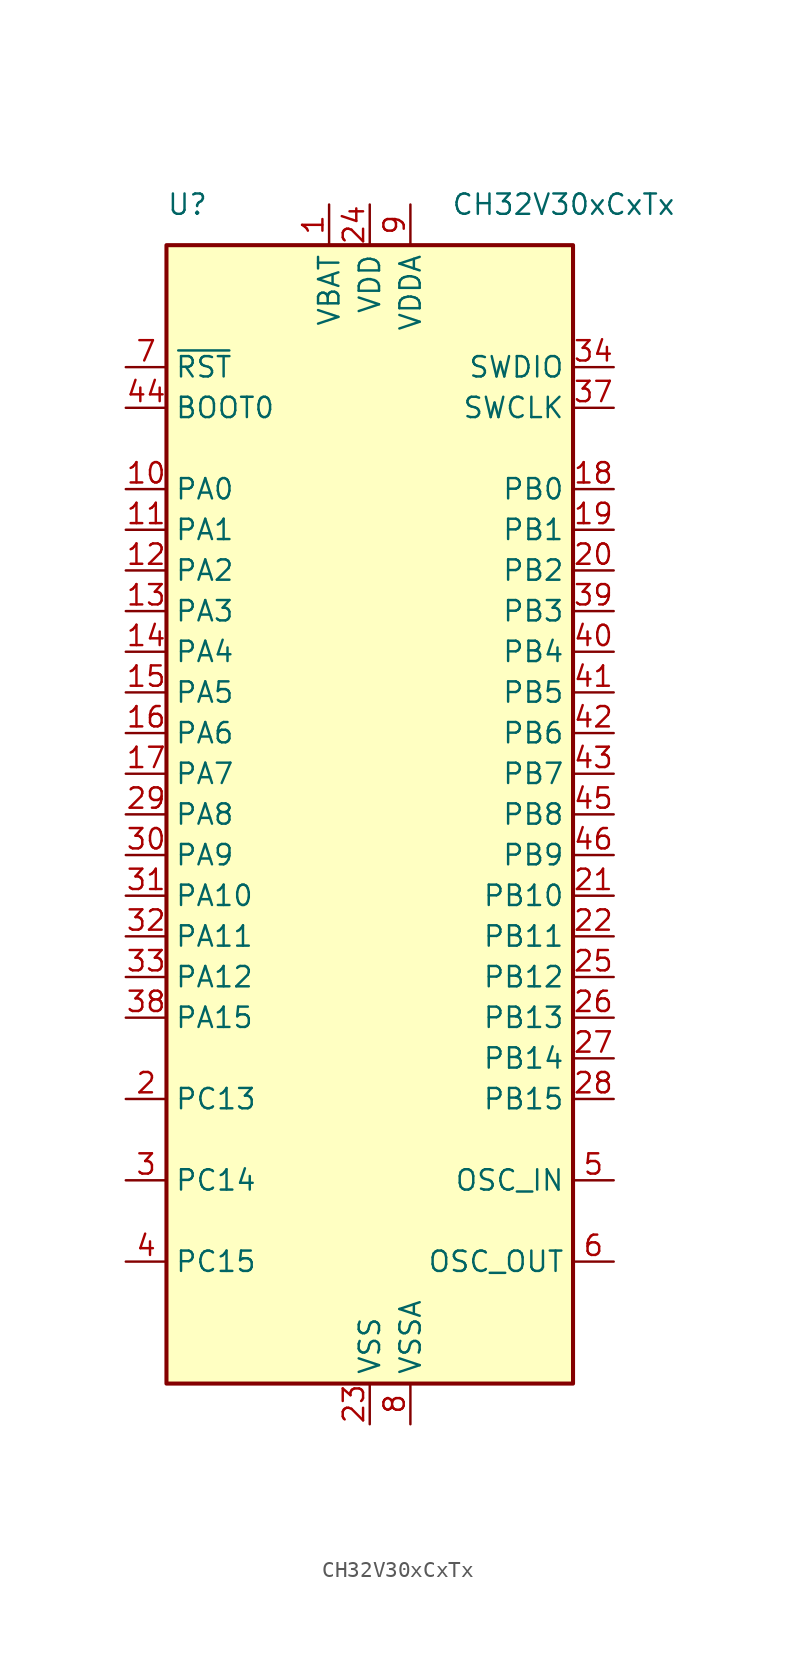
<source format=kicad_sym>
(kicad_symbol_lib
  (version 20231120)
  (generator "kicad_symbol_editor")
  (generator_version "8.0")
  (symbol "CH32V30xCxTx"
    (property "Reference" "U"
      (at -12.7 38.1 0)
      (effects (font (size 1.27 1.27)) (justify left)))
    (property "Value" "CH32V30xCxTx"
      (at 5.08 38.1 0)
      (effects (font (size 1.27 1.27)) (justify left)))
    (symbol "CH32V30xCxTx_0_0"
      (pin power_in line (at -2.54 38.1 270) (length 2.54) (name "VBAT" (effects (font (size 1.27 1.27)))) (number "1" (effects (font (size 1.27 1.27)))))
      (pin power_in line (at 0 -38.1 90) (length 2.54) (name "VSS" (effects (font (size 1.27 1.27)))) (number "23" (effects (font (size 1.27 1.27)))))
      (pin power_in line (at 0 38.1 270) (length 2.54) (name "VDD" (effects (font (size 1.27 1.27)))) (number "24" (effects (font (size 1.27 1.27)))))
      (pin input line (at -15.24 25.4 0) (length 2.54) (name "BOOT0" (effects (font (size 1.27 1.27)))) (number "44" (effects (font (size 1.27 1.27)))))
      (pin power_in line (at 2.54 -38.1 90) (length 2.54) (name "VSSA" (effects (font (size 1.27 1.27)))) (number "8" (effects (font (size 1.27 1.27)))))
      (pin power_in line (at 2.54 38.1 270) (length 2.54) (name "VDDA" (effects (font (size 1.27 1.27)))) (number "9" (effects (font (size 1.27 1.27))))))
    (symbol "CH32V30xCxTx_1_0"
      (pin bidirectional line (at -15.24 20.32 0) (length 2.54) (name "PA0" (effects (font (size 1.27 1.27)))) (number "10" (effects (font (size 1.27 1.27)))) (alternate "ADC_IN0" bidirectional line) (alternate "OPA4_OUT0" bidirectional line) (alternate "TIM2_CH1_ETR" bidirectional line) (alternate "TIM2_CH1_ETR_2" bidirectional line) (alternate "TIM5_CH1" bidirectional line) (alternate "TIM8_ETR" bidirectional line) (alternate "TIM8_ETR_1" bidirectional line) (alternate "WKUP" bidirectional line))
      (pin bidirectional line (at -15.24 17.78 0) (length 2.54) (name "PA1" (effects (font (size 1.27 1.27)))) (number "11" (effects (font (size 1.27 1.27)))) (alternate "ADC_IN1" bidirectional line) (alternate "OPA3_OUT0" bidirectional line) (alternate "TIM2_CH2" bidirectional line) (alternate "TIM2_CH2_2" bidirectional line) (alternate "TIM5_CH2" bidirectional line) (alternate "TIM9_BKIN_1" bidirectional line) (alternate "USART2_RTS" bidirectional line))
      (pin bidirectional line (at -15.24 15.24 0) (length 2.54) (name "PA2" (effects (font (size 1.27 1.27)))) (number "12" (effects (font (size 1.27 1.27)))) (alternate "ADC_IN2" bidirectional line) (alternate "OPA2_OUT0" bidirectional line) (alternate "TIM2_CH3" bidirectional line) (alternate "TIM2_CH3_1" bidirectional line) (alternate "TIM5_CH3" bidirectional line) (alternate "TIM9_CH1" bidirectional line) (alternate "TIM9_CH1_ETR_1" bidirectional line) (alternate "TIM9_ETR" bidirectional line) (alternate "USART2_TX" bidirectional line))
      (pin bidirectional line (at -15.24 12.7 0) (length 2.54) (name "PA3" (effects (font (size 1.27 1.27)))) (number "13" (effects (font (size 1.27 1.27)))) (alternate "ADC_IN3" bidirectional line) (alternate "OPA1_OUT0" bidirectional line) (alternate "TIM2_CH4" bidirectional line) (alternate "TIM2_CH4_1" bidirectional line) (alternate "TIM5_CH4" bidirectional line) (alternate "TIM9_CH2" bidirectional line) (alternate "TIM9_CH2_1" bidirectional line) (alternate "USART2_RX" bidirectional line))
      (pin bidirectional line (at -15.24 10.16 0) (length 2.54) (name "PA4" (effects (font (size 1.27 1.27)))) (number "14" (effects (font (size 1.27 1.27)))) (alternate "ADC_IN4" bidirectional line) (alternate "DAC_OUT1" bidirectional line) (alternate "I2S3_WS" bidirectional line) (alternate "SPI1_NSS" bidirectional line) (alternate "SPI3_NSS" bidirectional line) (alternate "TIM9_CH3" bidirectional line) (alternate "TIM9_CH3_1" bidirectional line) (alternate "USART2_CK" bidirectional line))
      (pin bidirectional line (at -15.24 7.62 0) (length 2.54) (name "PA5" (effects (font (size 1.27 1.27)))) (number "15" (effects (font (size 1.27 1.27)))) (alternate "ADC_IN5" bidirectional line) (alternate "DAC_OUT2" bidirectional line) (alternate "OPA2_CH1N" bidirectional line) (alternate "SPI1_SCK" bidirectional line) (alternate "TIM10_CH1N_1" bidirectional line) (alternate "USART1_CK_3" bidirectional line) (alternate "USART1_CTS_2" bidirectional line))
      (pin bidirectional line (at -15.24 5.08 0) (length 2.54) (name "PA6" (effects (font (size 1.27 1.27)))) (number "16" (effects (font (size 1.27 1.27)))) (alternate "ADC_IN6" bidirectional line) (alternate "OPA1_CH1N" bidirectional line) (alternate "SPI1_MISO" bidirectional line) (alternate "TIM10_CH2N_1" bidirectional line) (alternate "TIM1_BKIN_1" bidirectional line) (alternate "TIM3_CH1" bidirectional line) (alternate "TIM8_BKIN" bidirectional line) (alternate "USART1_TX_3" bidirectional line) (alternate "USART7_TX_1" bidirectional line))
      (pin bidirectional line (at -15.24 2.54 0) (length 2.54) (name "PA7" (effects (font (size 1.27 1.27)))) (number "17" (effects (font (size 1.27 1.27)))) (alternate "ADC_IN7" bidirectional line) (alternate "OPA2_CH1P" bidirectional line) (alternate "SPI1_MOSI" bidirectional line) (alternate "TIM10_CH3N_1" bidirectional line) (alternate "TIM1_CH1N_1" bidirectional line) (alternate "TIM3_CH2" bidirectional line) (alternate "TIM8_CH1N" bidirectional line) (alternate "UART7_RX_1" bidirectional line) (alternate "USART1_RX_3" bidirectional line))
      (pin bidirectional line (at 15.24 20.32 180) (length 2.54) (name "PB0" (effects (font (size 1.27 1.27)))) (number "18" (effects (font (size 1.27 1.27)))) (alternate "ADC_IN8" bidirectional line) (alternate "OPA1_CH1P" bidirectional line) (alternate "TIM1_CH2N_1" bidirectional line) (alternate "TIM3_CH3" bidirectional line) (alternate "TIM3_CH3_2" bidirectional line) (alternate "TIM8_CH2N" bidirectional line) (alternate "TIM9_CH1N_1" bidirectional line) (alternate "UART4_TX_1" bidirectional line))
      (pin bidirectional line (at 15.24 17.78 180) (length 2.54) (name "PB1" (effects (font (size 1.27 1.27)))) (number "19" (effects (font (size 1.27 1.27)))) (alternate "ADC_IN9" bidirectional line) (alternate "OPA4_CH0N" bidirectional line) (alternate "TIM1_CH3N_1" bidirectional line) (alternate "TIM3_CH4" bidirectional line) (alternate "TIM3_CH4_2" bidirectional line) (alternate "TIM8_CH3N" bidirectional line) (alternate "TIM9_CH2N_1" bidirectional line) (alternate "UART4_RX_1" bidirectional line))
      (pin bidirectional line (at -15.24 -17.78 0) (length 2.54) (name "PC13" (effects (font (size 1.27 1.27)))) (number "2" (effects (font (size 1.27 1.27)))) (alternate "TAMPER-RTC" bidirectional line) (alternate "TIM8_CH4_1" bidirectional line))
      (pin bidirectional line (at 15.24 15.24 180) (length 2.54) (name "PB2" (effects (font (size 1.27 1.27)))) (number "20" (effects (font (size 1.27 1.27)))) (alternate "BOOT1" bidirectional line) (alternate "OPA3_CH0N" bidirectional line) (alternate "TIM9_CH3N_1" bidirectional line))
      (pin bidirectional line (at 15.24 -5.08 180) (length 2.54) (name "PB10" (effects (font (size 1.27 1.27)))) (number "21" (effects (font (size 1.27 1.27)))) (alternate "I2C2_SCL" bidirectional line) (alternate "OPA2_CH0N" bidirectional line) (alternate "TIM10_BKIN_1" bidirectional line) (alternate "TIM2_CH3_2" bidirectional line) (alternate "TIM2_CH3_3" bidirectional line) (alternate "USART3_TX" bidirectional line))
      (pin bidirectional line (at 15.24 -7.62 180) (length 2.54) (name "PB11" (effects (font (size 1.27 1.27)))) (number "22" (effects (font (size 1.27 1.27)))) (alternate "I2C2_SDA" bidirectional line) (alternate "OPA1_CH0N" bidirectional line) (alternate "TIM10_ETR_1" bidirectional line) (alternate "TIM2_CH4_2" bidirectional line) (alternate "TIM2_CH4_3" bidirectional line) (alternate "USART3_RX" bidirectional line))
      (pin bidirectional line (at 15.24 -10.16 180) (length 2.54) (name "PB12" (effects (font (size 1.27 1.27)))) (number "25" (effects (font (size 1.27 1.27)))) (alternate "CAN2_RX" bidirectional line) (alternate "I2C2_SMBA" bidirectional line) (alternate "OPA4_CH0P" bidirectional line) (alternate "SPI2_NSS" bidirectional line) (alternate "TIM1_BKIN" bidirectional line) (alternate "USART3_CK" bidirectional line))
      (pin bidirectional line (at 15.24 -12.7 180) (length 2.54) (name "PB13" (effects (font (size 1.27 1.27)))) (number "26" (effects (font (size 1.27 1.27)))) (alternate "CAN2_TX" bidirectional line) (alternate "I2S2_CK" bidirectional line) (alternate "OPA3_CH0P" bidirectional line) (alternate "SPI2_SCK" bidirectional line) (alternate "TIM1_CH1N" bidirectional line) (alternate "USART3_CTS" bidirectional line) (alternate "USART3_CTS_1" bidirectional line))
      (pin bidirectional line (at 15.24 -15.24 180) (length 2.54) (name "PB14" (effects (font (size 1.27 1.27)))) (number "27" (effects (font (size 1.27 1.27)))) (alternate "OPA2_CH0P" bidirectional line) (alternate "SPI2_MISO" bidirectional line) (alternate "TIM1_CH2N" bidirectional line) (alternate "USART3_RTS" bidirectional line) (alternate "USART3_RTS_1" bidirectional line))
      (pin bidirectional line (at 15.24 -17.78 180) (length 2.54) (name "PB15" (effects (font (size 1.27 1.27)))) (number "28" (effects (font (size 1.27 1.27)))) (alternate "OPA1_CH0P" bidirectional line) (alternate "SPI2_MOSI" bidirectional line) (alternate "TIM1_CH3N" bidirectional line) (alternate "USART1_TX_2" bidirectional line))
      (pin bidirectional line (at -15.24 0 0) (length 2.54) (name "PA8" (effects (font (size 1.27 1.27)))) (number "29" (effects (font (size 1.27 1.27)))) (alternate "MCO" bidirectional line) (alternate "TIM1_CH1" bidirectional line) (alternate "TIM1_CH1_1" bidirectional line) (alternate "USART1_CK" bidirectional line) (alternate "USART1_CK_1" bidirectional line) (alternate "USART1_RX_2" bidirectional line))
      (pin bidirectional line (at -15.24 -22.86 0) (length 2.54) (name "PC14" (effects (font (size 1.27 1.27)))) (number "3" (effects (font (size 1.27 1.27)))) (alternate "OSC32_IN" bidirectional line) (alternate "TIM9_CH4_1" bidirectional line))
      (pin bidirectional line (at -15.24 -2.54 0) (length 2.54) (name "PA9" (effects (font (size 1.27 1.27)))) (number "30" (effects (font (size 1.27 1.27)))) (alternate "OTG_FS_VBUS" bidirectional line) (alternate "TIM1_CH2" bidirectional line) (alternate "TIM1_CH2_1" bidirectional line) (alternate "USART1_RTS_2" bidirectional line) (alternate "USART1_TX" bidirectional line))
      (pin bidirectional line (at -15.24 -5.08 0) (length 2.54) (name "PA10" (effects (font (size 1.27 1.27)))) (number "31" (effects (font (size 1.27 1.27)))) (alternate "OTG_FS_ID" bidirectional line) (alternate "TIM1_CH3" bidirectional line) (alternate "TIM1_CH3_1" bidirectional line) (alternate "USART1_CK_2" bidirectional line) (alternate "USART1_RX" bidirectional line))
      (pin bidirectional line (at -15.24 -7.62 0) (length 2.54) (name "PA11" (effects (font (size 1.27 1.27)))) (number "32" (effects (font (size 1.27 1.27)))) (alternate "CAN1_RX" bidirectional line) (alternate "OTG_FS_DM" bidirectional line) (alternate "TIM1_CH4" bidirectional line) (alternate "TIM1_CH4_1" bidirectional line) (alternate "USART1_CTS" bidirectional line) (alternate "USART1_CTS_1" bidirectional line))
      (pin bidirectional line (at -15.24 -10.16 0) (length 2.54) (name "PA12" (effects (font (size 1.27 1.27)))) (number "33" (effects (font (size 1.27 1.27)))) (alternate "CAN1_TX" bidirectional line) (alternate "OTG_FS_DP" bidirectional line) (alternate "TIM10_CH1N" bidirectional line) (alternate "TIM1_ETR" bidirectional line) (alternate "TIM1_ETR_1" bidirectional line) (alternate "USART1_RTS" bidirectional line) (alternate "USART1_RTS_1" bidirectional line))
      (pin bidirectional line (at 15.24 27.94 180) (length 2.54) (name "SWDIO" (effects (font (size 1.27 1.27)))) (number "34" (effects (font (size 1.27 1.27)))) (alternate "PA13" bidirectional line) (alternate "TIM10_CH2N" bidirectional line) (alternate "TIM8_CH1N_1" bidirectional line) (alternate "USART3_TX_2" bidirectional line))
      (pin passive line (at 0 -38.1 90) (length 2.54) hide (name "VSS" (effects (font (size 1.27 1.27)))) (number "35" (effects (font (size 1.27 1.27)))))
      (pin passive line (at 0 38.1 270) (length 2.54) hide (name "VDD" (effects (font (size 1.27 1.27)))) (number "36" (effects (font (size 1.27 1.27)))))
      (pin bidirectional line (at 15.24 25.4 180) (length 2.54) (name "SWCLK" (effects (font (size 1.27 1.27)))) (number "37" (effects (font (size 1.27 1.27)))) (alternate "PA14" bidirectional line) (alternate "TIM10_CH3N" bidirectional line) (alternate "TIM8_CH2N_1" bidirectional line) (alternate "UART8_TX_1" bidirectional line) (alternate "USART3_RX_2" bidirectional line))
      (pin bidirectional line (at -15.24 -12.7 0) (length 2.54) (name "PA15" (effects (font (size 1.27 1.27)))) (number "38" (effects (font (size 1.27 1.27)))) (alternate "I2S3_WS" bidirectional line) (alternate "SPI1_NSS" bidirectional line) (alternate "SPI3_NSS" bidirectional line) (alternate "TIM2_CH1_ETR_1" bidirectional line) (alternate "TIM2_CH1_ETR_3" bidirectional line) (alternate "TIM8_CH3N_1" bidirectional line) (alternate "UART8_RX_1" bidirectional line))
      (pin bidirectional line (at 15.24 12.7 180) (length 2.54) (name "PB3" (effects (font (size 1.27 1.27)))) (number "39" (effects (font (size 1.27 1.27)))) (alternate "SPI1_SCK" bidirectional line) (alternate "SPI3_SCK" bidirectional line) (alternate "TIM10_CH1_1" bidirectional line) (alternate "TIM2_CH2_1" bidirectional line) (alternate "TIM2_CH2_3" bidirectional line))
      (pin bidirectional line (at -15.24 -27.94 0) (length 2.54) (name "PC15" (effects (font (size 1.27 1.27)))) (number "4" (effects (font (size 1.27 1.27)))) (alternate "OSC32_OUT" bidirectional line) (alternate "TIM10_CH4_1" bidirectional line))
      (pin bidirectional line (at 15.24 10.16 180) (length 2.54) (name "PB4" (effects (font (size 1.27 1.27)))) (number "40" (effects (font (size 1.27 1.27)))) (alternate "SPI1_MISO" bidirectional line) (alternate "SPI3_MISO" bidirectional line) (alternate "TIM10_CH2_1" bidirectional line) (alternate "TIM3_CH1_2" bidirectional line) (alternate "UART5_TX_1" bidirectional line))
      (pin bidirectional line (at 15.24 7.62 180) (length 2.54) (name "PB5" (effects (font (size 1.27 1.27)))) (number "41" (effects (font (size 1.27 1.27)))) (alternate "CAN2_RX" bidirectional line) (alternate "I2C1_SMBA" bidirectional line) (alternate "SPI1_MOSI" bidirectional line) (alternate "SPI3_MOSI" bidirectional line) (alternate "TIM10_CH3_1" bidirectional line) (alternate "TIM3_CH2_2" bidirectional line) (alternate "UART5_RX_1" bidirectional line))
      (pin bidirectional line (at 15.24 5.08 180) (length 2.54) (name "PB6" (effects (font (size 1.27 1.27)))) (number "42" (effects (font (size 1.27 1.27)))) (alternate "CAN2_TX" bidirectional line) (alternate "I2C1_SCL" bidirectional line) (alternate "TIM4_CH1" bidirectional line) (alternate "TIM8_CH1_1" bidirectional line) (alternate "USART1_TX_1" bidirectional line) (alternate "USBFS_DM" bidirectional line) (alternate "USBHS_DM" bidirectional line))
      (pin bidirectional line (at 15.24 2.54 180) (length 2.54) (name "PB7" (effects (font (size 1.27 1.27)))) (number "43" (effects (font (size 1.27 1.27)))) (alternate "I2C1_SDA" bidirectional line) (alternate "TIM4_CH2" bidirectional line) (alternate "TIM8_CH2_1" bidirectional line) (alternate "USART1_RX_1" bidirectional line) (alternate "USBFS_DP" bidirectional line) (alternate "USBHS_D4" bidirectional line))
      (pin bidirectional line (at 15.24 0 180) (length 2.54) (name "PB8" (effects (font (size 1.27 1.27)))) (number "45" (effects (font (size 1.27 1.27)))) (alternate "CAN1_RX" bidirectional line) (alternate "I2C1_SCL" bidirectional line) (alternate "TIM10_CH1" bidirectional line) (alternate "TIM4_CH3" bidirectional line) (alternate "TIM8_CH3_1" bidirectional line) (alternate "UART6_TX_1" bidirectional line))
      (pin bidirectional line (at 15.24 -2.54 180) (length 2.54) (name "PB9" (effects (font (size 1.27 1.27)))) (number "46" (effects (font (size 1.27 1.27)))) (alternate "CAN1_TX" bidirectional line) (alternate "I2C1_SDA" bidirectional line) (alternate "TIM10_CH2" bidirectional line) (alternate "TIM4_CH4" bidirectional line) (alternate "TIM8_BKIN_1" bidirectional line) (alternate "UART6_RX_1" bidirectional line))
      (pin passive line (at 0 -38.1 90) (length 2.54) hide (name "VSS" (effects (font (size 1.27 1.27)))) (number "47" (effects (font (size 1.27 1.27)))))
      (pin passive line (at 0 38.1 270) (length 2.54) hide (name "VDD" (effects (font (size 1.27 1.27)))) (number "48" (effects (font (size 1.27 1.27)))))
      (pin bidirectional line (at 15.24 -22.86 180) (length 2.54) (name "OSC_IN" (effects (font (size 1.27 1.27)))) (number "5" (effects (font (size 1.27 1.27)))) (alternate "PD0" bidirectional line))
      (pin bidirectional line (at 15.24 -27.94 180) (length 2.54) (name "OSC_OUT" (effects (font (size 1.27 1.27)))) (number "6" (effects (font (size 1.27 1.27)))) (alternate "PD1" bidirectional line))
      (pin input line (at -15.24 27.94 0) (length 2.54) (name "~{RST}" (effects (font (size 1.27 1.27)))) (number "7" (effects (font (size 1.27 1.27))))))
    (symbol "CH32V30xCxTx_1_1"
      (rectangle (start -12.7 35.56) (end 12.7 -35.56) (stroke (width 0.254) (type default)) (fill (type background))))))
</source>
